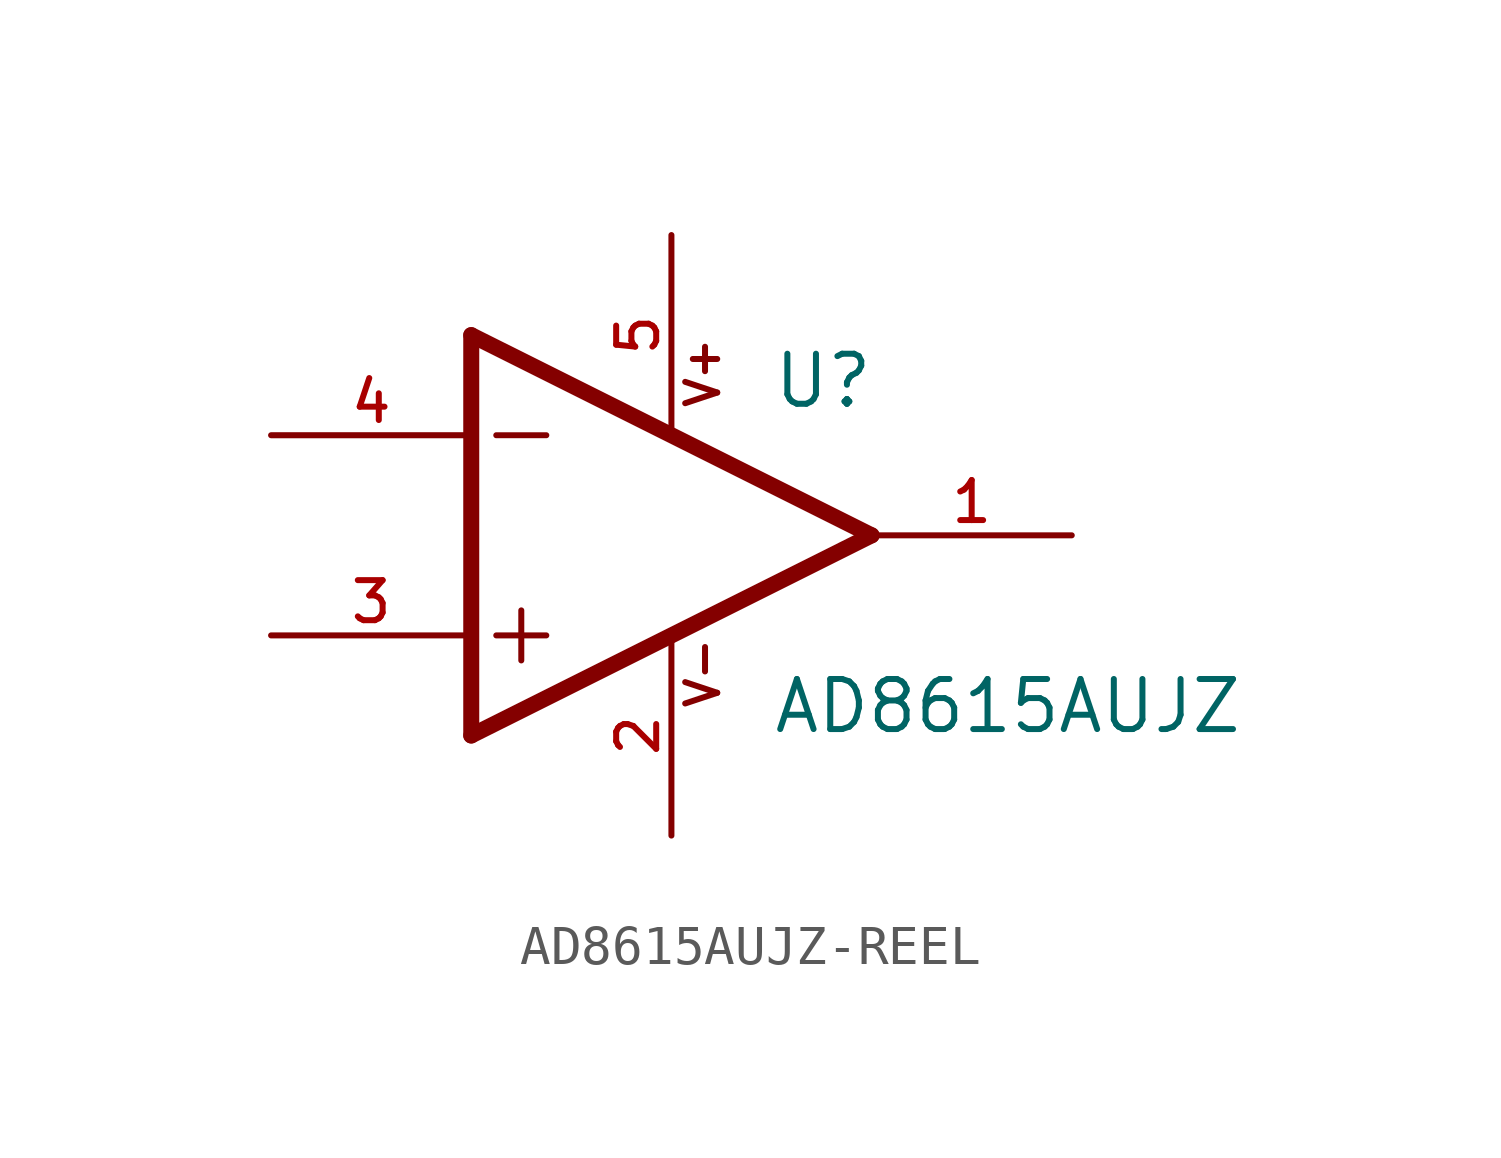
<source format=kicad_sym>
(kicad_symbol_lib
  (version 20241209)
  (generator "kicad_symbol_editor")
  (generator_version "9.0")
  (symbol "AD8615AUJZ-REEL"
    (pin_names
      (offset 1.016))
    (property "Reference" "U"
      (at 2.54 3.175 0)
      (effects (font (size 1.27 1.27)) (justify left bottom)))
    (property "Value" "AD8615AUJZ"
      (at 2.54 -5.08 0)
      (effects (font (size 1.27 1.27)) (justify left bottom)))
    (symbol "AD8615AUJZ-REEL_0_0"
      (polyline (pts (xy -5.08 5.08) (xy -5.08 -5.08)) (stroke (width 0.406) (type default)) (fill (type none)))
      (polyline (pts (xy -5.08 -5.08) (xy 5.08 0)) (stroke (width 0.406) (type default)) (fill (type none)))
      (polyline (pts (xy -4.445 2.54) (xy -3.175 2.54)) (stroke (width 0.152) (type default)) (fill (type none)))
      (polyline (pts (xy -4.445 -2.54) (xy -3.175 -2.54)) (stroke (width 0.152) (type default)) (fill (type none)))
      (polyline (pts (xy -3.81 -1.905) (xy -3.81 -3.175)) (stroke (width 0.152) (type default)) (fill (type none)))
      (polyline (pts (xy 5.08 0) (xy -5.08 5.08)) (stroke (width 0.406) (type default)) (fill (type none)))
      (text "V+" (at 1.27 3.175 900) (effects (font (size 0.813 0.813)) (justify left bottom)))
      (text "V-" (at 1.27 -4.445 900) (effects (font (size 0.813 0.813)) (justify left bottom)))
      (pin input line (at -10.16 2.54 0) (length 5.08) (name "~" (effects (font (size 1.016 1.016)))) (number "4" (effects (font (size 1.016 1.016)))))
      (pin input line (at -10.16 -2.54 0) (length 5.08) (name "~" (effects (font (size 1.016 1.016)))) (number "3" (effects (font (size 1.016 1.016)))))
      (pin power_in line (at 0 7.62 270) (length 5.08) (name "~" (effects (font (size 1.016 1.016)))) (number "5" (effects (font (size 1.016 1.016)))))
      (pin power_in line (at 0 -7.62 90) (length 5.08) (name "~" (effects (font (size 1.016 1.016)))) (number "2" (effects (font (size 1.016 1.016)))))
      (pin output line (at 10.16 0 180) (length 5.08) (name "~" (effects (font (size 1.016 1.016)))) (number "1" (effects (font (size 1.016 1.016))))))))
</source>
